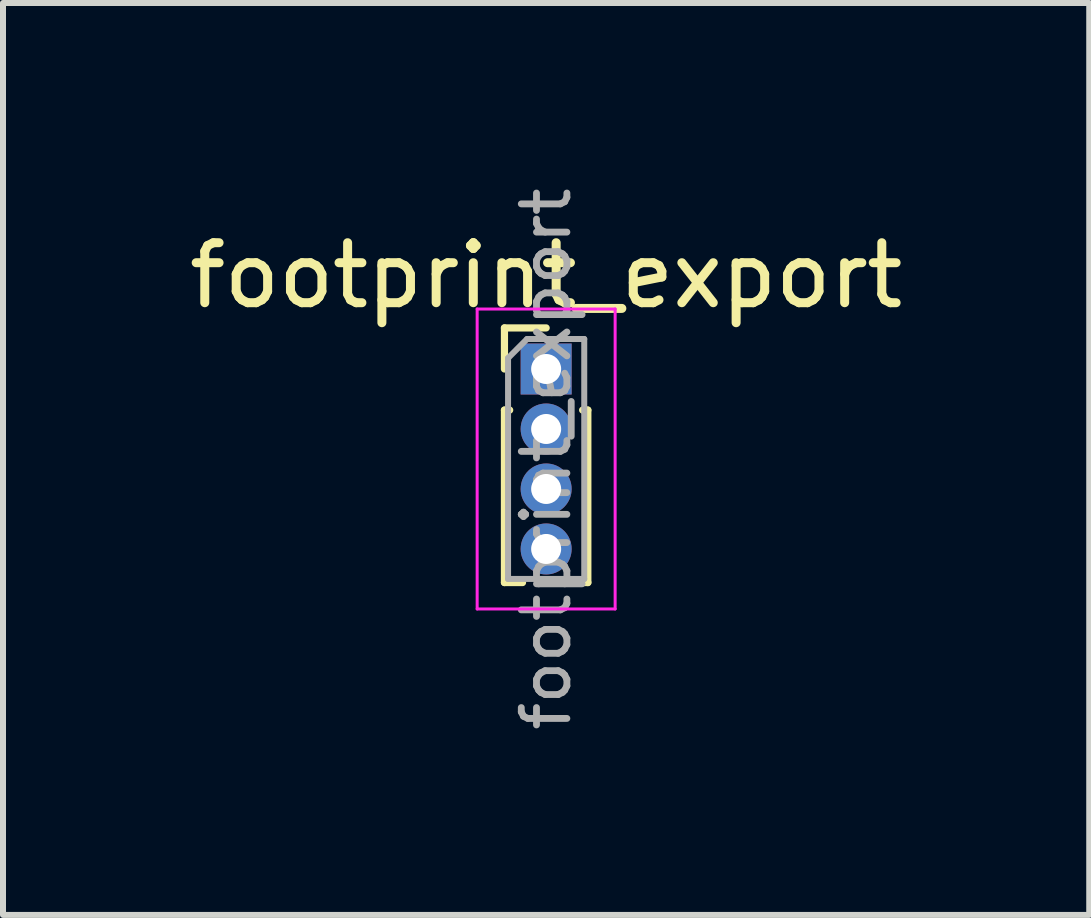
<source format=kicad_pcb>
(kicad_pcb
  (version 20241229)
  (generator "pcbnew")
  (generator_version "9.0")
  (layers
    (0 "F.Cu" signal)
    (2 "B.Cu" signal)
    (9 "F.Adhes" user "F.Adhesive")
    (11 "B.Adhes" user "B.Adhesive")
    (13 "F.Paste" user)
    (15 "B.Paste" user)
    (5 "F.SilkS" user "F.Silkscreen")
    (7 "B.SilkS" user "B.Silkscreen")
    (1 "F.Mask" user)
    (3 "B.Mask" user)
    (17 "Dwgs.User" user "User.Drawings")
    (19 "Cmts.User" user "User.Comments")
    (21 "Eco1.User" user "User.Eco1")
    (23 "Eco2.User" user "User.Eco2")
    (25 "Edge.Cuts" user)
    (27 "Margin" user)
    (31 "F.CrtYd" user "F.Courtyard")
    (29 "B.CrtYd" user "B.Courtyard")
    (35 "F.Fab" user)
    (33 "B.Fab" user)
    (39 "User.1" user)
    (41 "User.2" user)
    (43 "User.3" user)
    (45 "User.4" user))
  (footprint "footprint_export"
    (layer "F.Cu")
    (at 6.054 3.101)
    (property "Reference" "footprint_export" (at 0 -1.56 0) (layer "F.SilkS") (effects (font (size 1 1) (thickness 0.15))))
    (attr through_hole)
    (fp_line (start -0.695 -0.685) (end 0 -0.685) (stroke (width 0.12) (type solid)) (layer "F.SilkS"))
    (fp_line (start -0.695 0) (end -0.695 -0.685) (stroke (width 0.12) (type solid)) (layer "F.SilkS"))
    (fp_line (start -0.695 0.685) (end -0.695 3.56) (stroke (width 0.12) (type solid)) (layer "F.SilkS"))
    (fp_line (start -0.695 0.685) (end -0.608 0.685) (stroke (width 0.12) (type solid)) (layer "F.SilkS"))
    (fp_line (start -0.695 3.56) (end -0.394 3.56) (stroke (width 0.12) (type solid)) (layer "F.SilkS"))
    (fp_line (start 0.394 3.56) (end 0.695 3.56) (stroke (width 0.12) (type solid)) (layer "F.SilkS"))
    (fp_line (start 0.608 0.685) (end 0.695 0.685) (stroke (width 0.12) (type solid)) (layer "F.SilkS"))
    (fp_line (start 0.695 0.685) (end 0.695 3.56) (stroke (width 0.12) (type solid)) (layer "F.SilkS"))
    (fp_line (start -1.15 -1) (end -1.15 4) (stroke (width 0.05) (type solid)) (layer "F.CrtYd"))
    (fp_line (start -1.15 4) (end 1.15 4) (stroke (width 0.05) (type solid)) (layer "F.CrtYd"))
    (fp_line (start 1.15 -1) (end -1.15 -1) (stroke (width 0.05) (type solid)) (layer "F.CrtYd"))
    (fp_line (start 1.15 4) (end 1.15 -1) (stroke (width 0.05) (type solid)) (layer "F.CrtYd"))
    (fp_line (start -0.635 -0.182) (end -0.318 -0.5) (stroke (width 0.1) (type solid)) (layer "F.Fab"))
    (fp_line (start -0.635 3.5) (end -0.635 -0.182) (stroke (width 0.1) (type solid)) (layer "F.Fab"))
    (fp_line (start -0.318 -0.5) (end 0.635 -0.5) (stroke (width 0.1) (type solid)) (layer "F.Fab"))
    (fp_line (start 0.635 -0.5) (end 0.635 3.5) (stroke (width 0.1) (type solid)) (layer "F.Fab"))
    (fp_line (start 0.635 3.5) (end -0.635 3.5) (stroke (width 0.1) (type solid)) (layer "F.Fab"))
    (fp_text user "${REFERENCE}" (at 0 1.5 90) (layer "F.Fab") (effects (font (size 0.76 0.76) (thickness 0.114))))
    (pad "1" thru_hole rect (at 0 0) (size 0.85 0.85) (drill 0.5) (layers "*.Cu" "*.Mask"))
    (pad "2" thru_hole oval (at 0 1) (size 0.85 0.85) (drill 0.5) (layers "*.Cu" "*.Mask"))
    (pad "3" thru_hole oval (at 0 2) (size 0.85 0.85) (drill 0.5) (layers "*.Cu" "*.Mask"))
    (pad "4" thru_hole oval (at 0 3) (size 0.85 0.85) (drill 0.5) (layers "*.Cu" "*.Mask")))
  (gr_rect
    (start -3 -3)
    (end 15.107 12.201)
    (stroke (width 0.1) (type default))
    (fill no)
    (layer "Edge.Cuts")))
</source>
